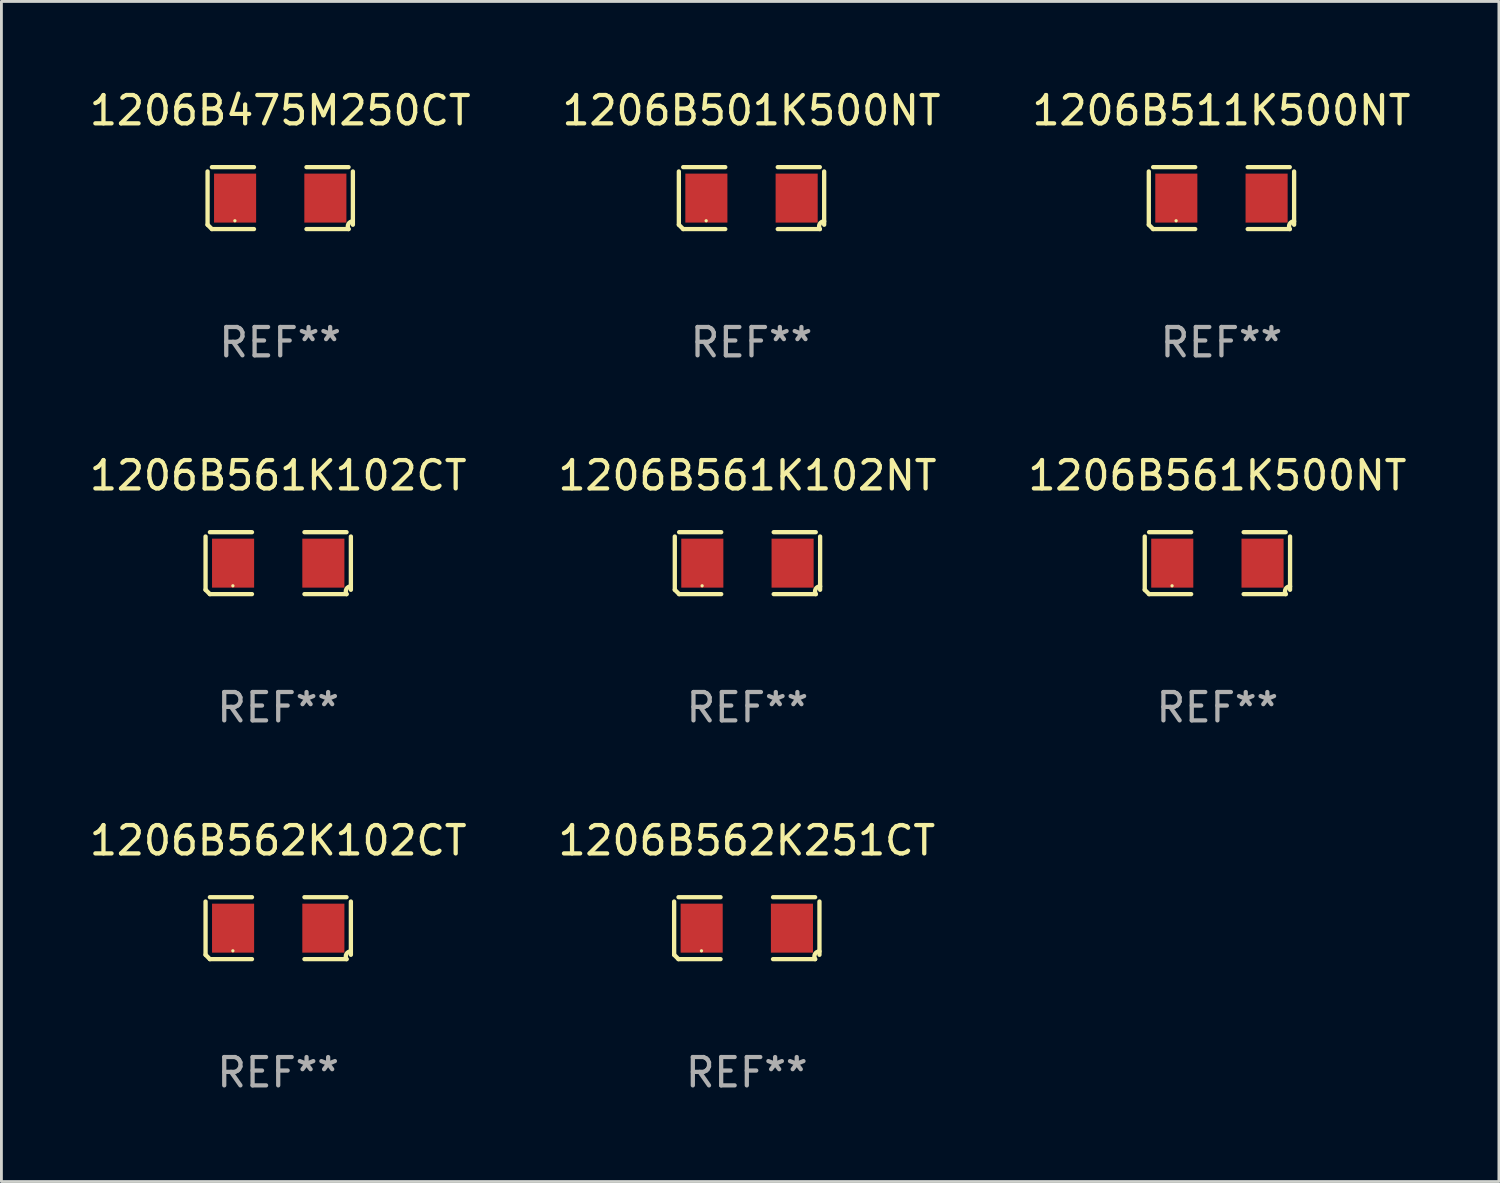
<source format=kicad_pcb>
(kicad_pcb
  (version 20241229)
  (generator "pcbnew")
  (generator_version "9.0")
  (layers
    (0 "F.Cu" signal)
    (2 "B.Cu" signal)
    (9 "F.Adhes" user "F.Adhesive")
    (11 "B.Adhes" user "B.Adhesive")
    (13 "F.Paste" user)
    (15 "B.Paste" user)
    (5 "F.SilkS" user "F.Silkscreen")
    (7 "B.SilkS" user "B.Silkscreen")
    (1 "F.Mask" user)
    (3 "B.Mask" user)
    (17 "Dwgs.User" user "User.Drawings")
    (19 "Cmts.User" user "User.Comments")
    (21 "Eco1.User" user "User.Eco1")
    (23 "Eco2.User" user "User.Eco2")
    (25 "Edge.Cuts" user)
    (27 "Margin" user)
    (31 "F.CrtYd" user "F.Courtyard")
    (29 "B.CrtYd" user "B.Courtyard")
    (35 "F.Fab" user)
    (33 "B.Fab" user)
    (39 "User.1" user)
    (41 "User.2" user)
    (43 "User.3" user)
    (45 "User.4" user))
  (footprint "1206B561K500NT"
    (layer "F.Cu")
    (at 39.911 16.823)
    (property "Reference" "1206B561K500NT" (at 0 -3.093 0) (layer "F.SilkS") (effects (font (size 1 1) (thickness 0.15))))
    (attr through_hole)
    (fp_line (start -2.564 0.94) (end -2.564 -0.94) (stroke (width 0.152) (type solid)) (layer "F.SilkS"))
    (fp_line (start -2.411 -1.093) (end -0.926 -1.093) (stroke (width 0.152) (type solid)) (layer "F.SilkS"))
    (fp_line (start -0.926 1.093) (end -2.411 1.093) (stroke (width 0.152) (type solid)) (layer "F.SilkS"))
    (fp_line (start 0.926 1.093) (end 2.411 1.093) (stroke (width 0.152) (type solid)) (layer "F.SilkS"))
    (fp_line (start 2.411 -1.093) (end 0.926 -1.093) (stroke (width 0.152) (type solid)) (layer "F.SilkS"))
    (fp_line (start 2.564 0.94) (end 2.564 -0.94) (stroke (width 0.152) (type solid)) (layer "F.SilkS"))
    (fp_arc (start -2.411201 1.092609) (mid -2.487413 1.01642) (end -2.563602 0.940208) (stroke (width 0.1524) (type solid)) (layer "F.SilkS"))
    (fp_arc (start 2.411201 1.092609) (mid 2.407159 0.911226) (end 2.563602 0.819347) (stroke (width 0.1524) (type solid)) (layer "F.SilkS"))
    (fp_circle (center -1.6 0.8) (end -1.57 0.8) (stroke (width 0.06) (type solid)) (fill no) (layer "F.SilkS"))
    (fp_text user "REF**" (at 0 5.093 0) (layer "F.Fab") (effects (font (size 1 1) (thickness 0.15))))
    (pad "1" smd rect (at -1.593 0) (size 1.485 1.728) (layers "F.Cu" "F.Mask" "F.Paste"))
    (pad "2" smd rect (at 1.593 0) (size 1.485 1.728) (layers "F.Cu" "F.Mask" "F.Paste")))
  (footprint "1206B562K102CT"
    (layer "F.Cu")
    (at 6.768 29.704)
    (property "Reference" "1206B562K102CT" (at 0 -3.093 0) (layer "F.SilkS") (effects (font (size 1 1) (thickness 0.15))))
    (attr through_hole)
    (fp_line (start -2.564 0.94) (end -2.564 -0.94) (stroke (width 0.152) (type solid)) (layer "F.SilkS"))
    (fp_line (start -2.411 -1.093) (end -0.926 -1.093) (stroke (width 0.152) (type solid)) (layer "F.SilkS"))
    (fp_line (start -0.926 1.093) (end -2.411 1.093) (stroke (width 0.152) (type solid)) (layer "F.SilkS"))
    (fp_line (start 0.926 1.093) (end 2.411 1.093) (stroke (width 0.152) (type solid)) (layer "F.SilkS"))
    (fp_line (start 2.411 -1.093) (end 0.926 -1.093) (stroke (width 0.152) (type solid)) (layer "F.SilkS"))
    (fp_line (start 2.564 0.94) (end 2.564 -0.94) (stroke (width 0.152) (type solid)) (layer "F.SilkS"))
    (fp_arc (start -2.411201 1.092609) (mid -2.487413 1.01642) (end -2.563602 0.940208) (stroke (width 0.1524) (type solid)) (layer "F.SilkS"))
    (fp_arc (start 2.411201 1.092609) (mid 2.407159 0.911226) (end 2.563602 0.819347) (stroke (width 0.1524) (type solid)) (layer "F.SilkS"))
    (fp_circle (center -1.6 0.8) (end -1.57 0.8) (stroke (width 0.06) (type solid)) (fill no) (layer "F.SilkS"))
    (fp_text user "REF**" (at 0 5.093 0) (layer "F.Fab") (effects (font (size 1 1) (thickness 0.15))))
    (pad "1" smd rect (at -1.593 0) (size 1.485 1.728) (layers "F.Cu" "F.Mask" "F.Paste"))
    (pad "2" smd rect (at 1.593 0) (size 1.485 1.728) (layers "F.Cu" "F.Mask" "F.Paste")))
  (footprint "1206B561K102CT"
    (layer "F.Cu")
    (at 6.768 16.823)
    (property "Reference" "1206B561K102CT" (at 0 -3.093 0) (layer "F.SilkS") (effects (font (size 1 1) (thickness 0.15))))
    (attr through_hole)
    (fp_line (start -2.564 0.94) (end -2.564 -0.94) (stroke (width 0.152) (type solid)) (layer "F.SilkS"))
    (fp_line (start -2.411 -1.093) (end -0.926 -1.093) (stroke (width 0.152) (type solid)) (layer "F.SilkS"))
    (fp_line (start -0.926 1.093) (end -2.411 1.093) (stroke (width 0.152) (type solid)) (layer "F.SilkS"))
    (fp_line (start 0.926 1.093) (end 2.411 1.093) (stroke (width 0.152) (type solid)) (layer "F.SilkS"))
    (fp_line (start 2.411 -1.093) (end 0.926 -1.093) (stroke (width 0.152) (type solid)) (layer "F.SilkS"))
    (fp_line (start 2.564 0.94) (end 2.564 -0.94) (stroke (width 0.152) (type solid)) (layer "F.SilkS"))
    (fp_arc (start -2.411201 1.092609) (mid -2.487413 1.01642) (end -2.563602 0.940208) (stroke (width 0.1524) (type solid)) (layer "F.SilkS"))
    (fp_arc (start 2.411201 1.092609) (mid 2.407159 0.911226) (end 2.563602 0.819347) (stroke (width 0.1524) (type solid)) (layer "F.SilkS"))
    (fp_circle (center -1.6 0.8) (end -1.57 0.8) (stroke (width 0.06) (type solid)) (fill no) (layer "F.SilkS"))
    (fp_text user "REF**" (at 0 5.093 0) (layer "F.Fab") (effects (font (size 1 1) (thickness 0.15))))
    (pad "1" smd rect (at -1.593 0) (size 1.485 1.728) (layers "F.Cu" "F.Mask" "F.Paste"))
    (pad "2" smd rect (at 1.593 0) (size 1.485 1.728) (layers "F.Cu" "F.Mask" "F.Paste")))
  (footprint "1206B501K500NT"
    (layer "F.Cu")
    (at 23.47 3.941)
    (property "Reference" "1206B501K500NT" (at 0 -3.093 0) (layer "F.SilkS") (effects (font (size 1 1) (thickness 0.15))))
    (attr through_hole)
    (fp_line (start -2.564 0.94) (end -2.564 -0.94) (stroke (width 0.152) (type solid)) (layer "F.SilkS"))
    (fp_line (start -2.411 -1.093) (end -0.926 -1.093) (stroke (width 0.152) (type solid)) (layer "F.SilkS"))
    (fp_line (start -0.926 1.093) (end -2.411 1.093) (stroke (width 0.152) (type solid)) (layer "F.SilkS"))
    (fp_line (start 0.926 1.093) (end 2.411 1.093) (stroke (width 0.152) (type solid)) (layer "F.SilkS"))
    (fp_line (start 2.411 -1.093) (end 0.926 -1.093) (stroke (width 0.152) (type solid)) (layer "F.SilkS"))
    (fp_line (start 2.564 0.94) (end 2.564 -0.94) (stroke (width 0.152) (type solid)) (layer "F.SilkS"))
    (fp_arc (start -2.411201 1.092609) (mid -2.487413 1.01642) (end -2.563602 0.940208) (stroke (width 0.1524) (type solid)) (layer "F.SilkS"))
    (fp_arc (start 2.411201 1.092609) (mid 2.407159 0.911226) (end 2.563602 0.819347) (stroke (width 0.1524) (type solid)) (layer "F.SilkS"))
    (fp_circle (center -1.6 0.8) (end -1.57 0.8) (stroke (width 0.06) (type solid)) (fill no) (layer "F.SilkS"))
    (fp_text user "REF**" (at 0 5.093 0) (layer "F.Fab") (effects (font (size 1 1) (thickness 0.15))))
    (pad "1" smd rect (at -1.593 0) (size 1.485 1.728) (layers "F.Cu" "F.Mask" "F.Paste"))
    (pad "2" smd rect (at 1.593 0) (size 1.485 1.728) (layers "F.Cu" "F.Mask" "F.Paste")))
  (footprint "1206B562K251CT"
    (layer "F.Cu")
    (at 23.304 29.704)
    (property "Reference" "1206B562K251CT" (at 0 -3.093 0) (layer "F.SilkS") (effects (font (size 1 1) (thickness 0.15))))
    (attr through_hole)
    (fp_line (start -2.564 0.94) (end -2.564 -0.94) (stroke (width 0.152) (type solid)) (layer "F.SilkS"))
    (fp_line (start -2.411 -1.093) (end -0.926 -1.093) (stroke (width 0.152) (type solid)) (layer "F.SilkS"))
    (fp_line (start -0.926 1.093) (end -2.411 1.093) (stroke (width 0.152) (type solid)) (layer "F.SilkS"))
    (fp_line (start 0.926 1.093) (end 2.411 1.093) (stroke (width 0.152) (type solid)) (layer "F.SilkS"))
    (fp_line (start 2.411 -1.093) (end 0.926 -1.093) (stroke (width 0.152) (type solid)) (layer "F.SilkS"))
    (fp_line (start 2.564 0.94) (end 2.564 -0.94) (stroke (width 0.152) (type solid)) (layer "F.SilkS"))
    (fp_arc (start -2.411201 1.092609) (mid -2.487413 1.01642) (end -2.563602 0.940208) (stroke (width 0.1524) (type solid)) (layer "F.SilkS"))
    (fp_arc (start 2.411201 1.092609) (mid 2.407159 0.911226) (end 2.563602 0.819347) (stroke (width 0.1524) (type solid)) (layer "F.SilkS"))
    (fp_circle (center -1.6 0.8) (end -1.57 0.8) (stroke (width 0.06) (type solid)) (fill no) (layer "F.SilkS"))
    (fp_text user "REF**" (at 0 5.093 0) (layer "F.Fab") (effects (font (size 1 1) (thickness 0.15))))
    (pad "1" smd rect (at -1.593 0) (size 1.485 1.728) (layers "F.Cu" "F.Mask" "F.Paste"))
    (pad "2" smd rect (at 1.593 0) (size 1.485 1.728) (layers "F.Cu" "F.Mask" "F.Paste")))
  (footprint "1206B511K500NT"
    (layer "F.Cu")
    (at 40.054 3.941)
    (property "Reference" "1206B511K500NT" (at 0 -3.093 0) (layer "F.SilkS") (effects (font (size 1 1) (thickness 0.15))))
    (attr through_hole)
    (fp_line (start -2.564 0.94) (end -2.564 -0.94) (stroke (width 0.152) (type solid)) (layer "F.SilkS"))
    (fp_line (start -2.411 -1.093) (end -0.926 -1.093) (stroke (width 0.152) (type solid)) (layer "F.SilkS"))
    (fp_line (start -0.926 1.093) (end -2.411 1.093) (stroke (width 0.152) (type solid)) (layer "F.SilkS"))
    (fp_line (start 0.926 1.093) (end 2.411 1.093) (stroke (width 0.152) (type solid)) (layer "F.SilkS"))
    (fp_line (start 2.411 -1.093) (end 0.926 -1.093) (stroke (width 0.152) (type solid)) (layer "F.SilkS"))
    (fp_line (start 2.564 0.94) (end 2.564 -0.94) (stroke (width 0.152) (type solid)) (layer "F.SilkS"))
    (fp_arc (start -2.411201 1.092609) (mid -2.487413 1.01642) (end -2.563602 0.940208) (stroke (width 0.1524) (type solid)) (layer "F.SilkS"))
    (fp_arc (start 2.411201 1.092609) (mid 2.407159 0.911226) (end 2.563602 0.819347) (stroke (width 0.1524) (type solid)) (layer "F.SilkS"))
    (fp_circle (center -1.6 0.8) (end -1.57 0.8) (stroke (width 0.06) (type solid)) (fill no) (layer "F.SilkS"))
    (fp_text user "REF**" (at 0 5.093 0) (layer "F.Fab") (effects (font (size 1 1) (thickness 0.15))))
    (pad "1" smd rect (at -1.593 0) (size 1.485 1.728) (layers "F.Cu" "F.Mask" "F.Paste"))
    (pad "2" smd rect (at 1.593 0) (size 1.485 1.728) (layers "F.Cu" "F.Mask" "F.Paste")))
  (footprint "1206B561K102NT"
    (layer "F.Cu")
    (at 23.327 16.823)
    (property "Reference" "1206B561K102NT" (at 0 -3.093 0) (layer "F.SilkS") (effects (font (size 1 1) (thickness 0.15))))
    (attr through_hole)
    (fp_line (start -2.564 0.94) (end -2.564 -0.94) (stroke (width 0.152) (type solid)) (layer "F.SilkS"))
    (fp_line (start -2.411 -1.093) (end -0.926 -1.093) (stroke (width 0.152) (type solid)) (layer "F.SilkS"))
    (fp_line (start -0.926 1.093) (end -2.411 1.093) (stroke (width 0.152) (type solid)) (layer "F.SilkS"))
    (fp_line (start 0.926 1.093) (end 2.411 1.093) (stroke (width 0.152) (type solid)) (layer "F.SilkS"))
    (fp_line (start 2.411 -1.093) (end 0.926 -1.093) (stroke (width 0.152) (type solid)) (layer "F.SilkS"))
    (fp_line (start 2.564 0.94) (end 2.564 -0.94) (stroke (width 0.152) (type solid)) (layer "F.SilkS"))
    (fp_arc (start -2.411201 1.092609) (mid -2.487413 1.01642) (end -2.563602 0.940208) (stroke (width 0.1524) (type solid)) (layer "F.SilkS"))
    (fp_arc (start 2.411201 1.092609) (mid 2.407159 0.911226) (end 2.563602 0.819347) (stroke (width 0.1524) (type solid)) (layer "F.SilkS"))
    (fp_circle (center -1.6 0.8) (end -1.57 0.8) (stroke (width 0.06) (type solid)) (fill no) (layer "F.SilkS"))
    (fp_text user "REF**" (at 0 5.093 0) (layer "F.Fab") (effects (font (size 1 1) (thickness 0.15))))
    (pad "1" smd rect (at -1.593 0) (size 1.485 1.728) (layers "F.Cu" "F.Mask" "F.Paste"))
    (pad "2" smd rect (at 1.593 0) (size 1.485 1.728) (layers "F.Cu" "F.Mask" "F.Paste")))
  (footprint "1206B475M250CT"
    (layer "F.Cu")
    (at 6.839 3.941)
    (property "Reference" "1206B475M250CT" (at 0 -3.093 0) (layer "F.SilkS") (effects (font (size 1 1) (thickness 0.15))))
    (attr through_hole)
    (fp_line (start -2.564 0.94) (end -2.564 -0.94) (stroke (width 0.152) (type solid)) (layer "F.SilkS"))
    (fp_line (start -2.411 -1.093) (end -0.926 -1.093) (stroke (width 0.152) (type solid)) (layer "F.SilkS"))
    (fp_line (start -0.926 1.093) (end -2.411 1.093) (stroke (width 0.152) (type solid)) (layer "F.SilkS"))
    (fp_line (start 0.926 1.093) (end 2.411 1.093) (stroke (width 0.152) (type solid)) (layer "F.SilkS"))
    (fp_line (start 2.411 -1.093) (end 0.926 -1.093) (stroke (width 0.152) (type solid)) (layer "F.SilkS"))
    (fp_line (start 2.564 0.94) (end 2.564 -0.94) (stroke (width 0.152) (type solid)) (layer "F.SilkS"))
    (fp_arc (start -2.411201 1.092609) (mid -2.487413 1.01642) (end -2.563602 0.940208) (stroke (width 0.1524) (type solid)) (layer "F.SilkS"))
    (fp_arc (start 2.411201 1.092609) (mid 2.407159 0.911226) (end 2.563602 0.819347) (stroke (width 0.1524) (type solid)) (layer "F.SilkS"))
    (fp_circle (center -1.6 0.8) (end -1.57 0.8) (stroke (width 0.06) (type solid)) (fill no) (layer "F.SilkS"))
    (fp_text user "REF**" (at 0 5.093 0) (layer "F.Fab") (effects (font (size 1 1) (thickness 0.15))))
    (pad "1" smd rect (at -1.593 0) (size 1.485 1.728) (layers "F.Cu" "F.Mask" "F.Paste"))
    (pad "2" smd rect (at 1.593 0) (size 1.485 1.728) (layers "F.Cu" "F.Mask" "F.Paste")))
  (gr_rect
    (start -3 -3)
    (end 49.845 38.645)
    (stroke (width 0.1) (type default))
    (fill no)
    (layer "Edge.Cuts")))
</source>
